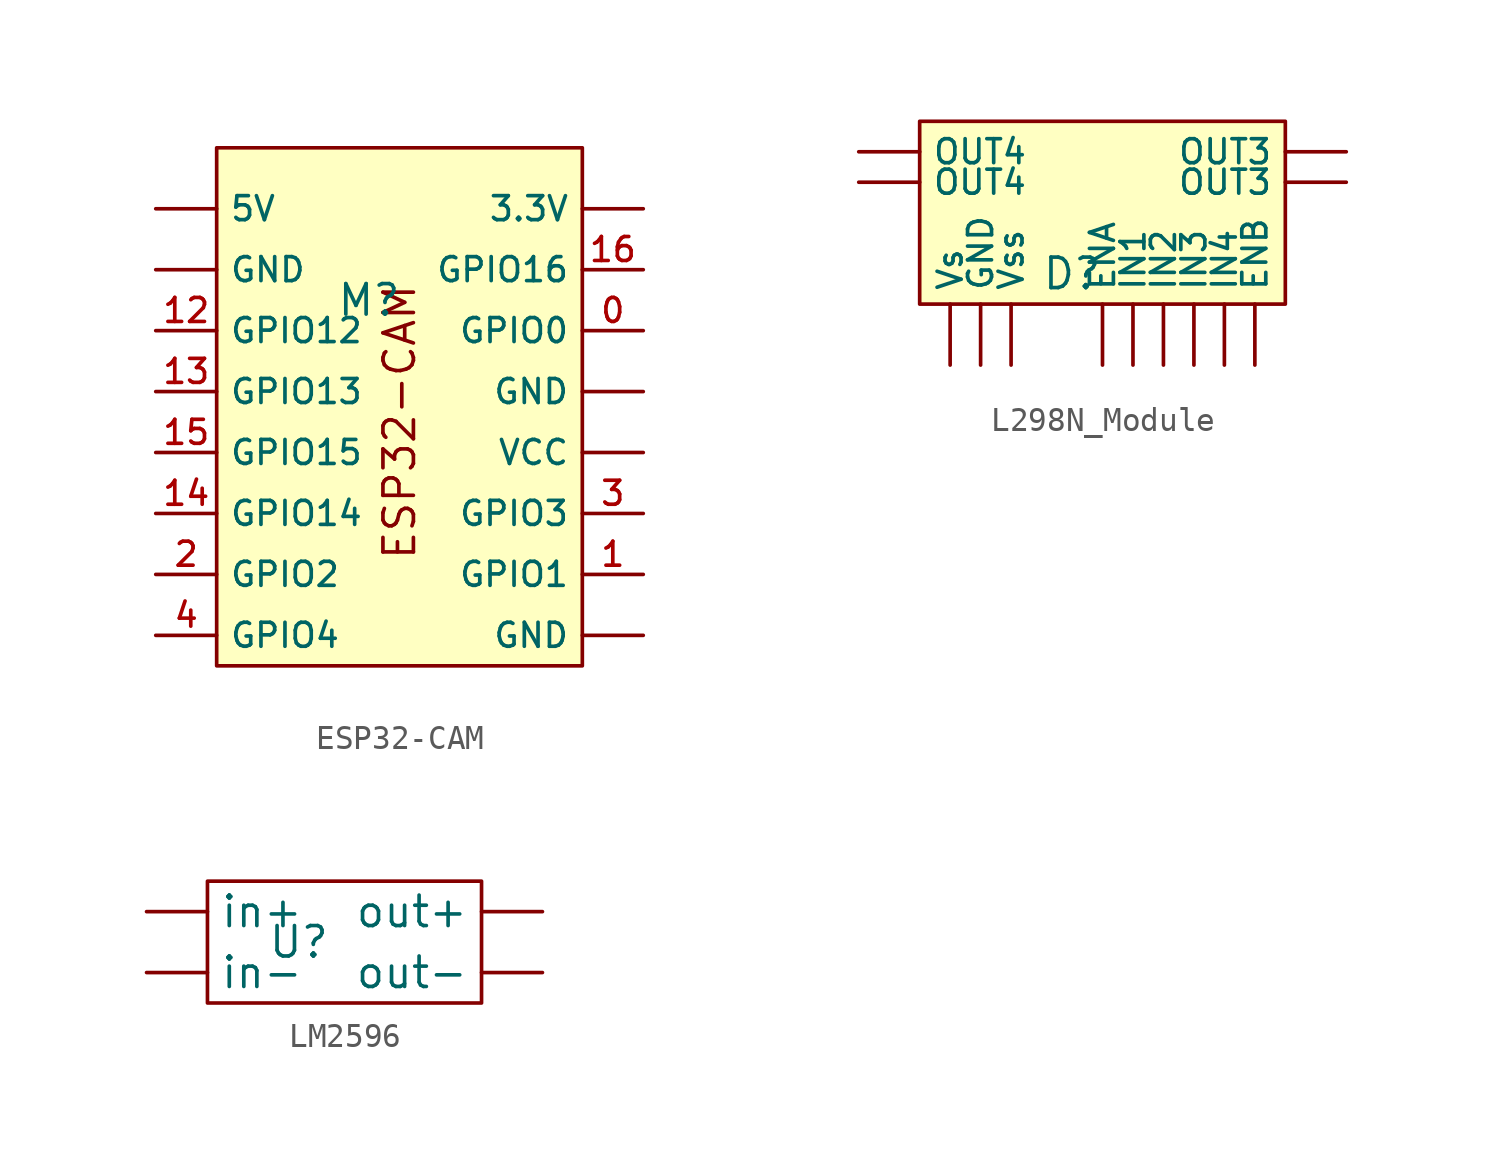
<source format=kicad_sym>
(kicad_symbol_lib
  (version 20220914)
  (generator kicad_symbol_editor)
  (symbol "ESP32-CAM"
    (property "Reference" "M"
      (at 0 0 0)
      (effects (font (size 1.27 1.27))))
    (property "Value" ""
      (at 0 0 0)
      (effects (font (size 1.27 1.27))))
    (symbol "ESP32-CAM_1_1"
      (rectangle (start -6.35 6.35) (end 8.89 -15.24) (stroke (width 0) (type default)) (fill (type background)))
      (text "ESP32-CAM\n" (at 1.27 -5.08 900) (effects (font (size 1.27 1.27))))
      (pin input line (at 11.43 3.81 180) (length 2.54) (name "3.3V" (effects (font (size 1 1)))) (number "" (effects (font (size 1 1)))))
      (pin input line (at -8.89 3.81 0) (length 2.54) (name "5V" (effects (font (size 1 1)))) (number "" (effects (font (size 1 1)))))
      (pin input line (at -8.89 1.27 0) (length 2.54) (name "GND" (effects (font (size 1 1)))) (number "" (effects (font (size 1 1)))))
      (pin input line (at 11.43 -13.97 180) (length 2.54) (name "GND" (effects (font (size 1 1)))) (number "" (effects (font (size 1 1)))))
      (pin input line (at 11.43 -3.81 180) (length 2.54) (name "GND" (effects (font (size 1 1)))) (number "" (effects (font (size 1 1)))))
      (pin input line (at 11.43 -6.35 180) (length 2.54) (name "VCC" (effects (font (size 1 1)))) (number "" (effects (font (size 1 1)))))
      (pin bidirectional line (at 11.43 -1.27 180) (length 2.54) (name "GPIO0" (effects (font (size 1 1)))) (number "0" (effects (font (size 1 1)))))
      (pin bidirectional line (at 11.43 -11.43 180) (length 2.54) (name "GPIO1" (effects (font (size 1 1)))) (number "1" (effects (font (size 1 1)))))
      (pin bidirectional line (at -8.89 -1.27 0) (length 2.54) (name "GPIO12" (effects (font (size 1 1)))) (number "12" (effects (font (size 1 1)))))
      (pin bidirectional line (at -8.89 -3.81 0) (length 2.54) (name "GPIO13" (effects (font (size 1 1)))) (number "13" (effects (font (size 1 1)))))
      (pin bidirectional line (at -8.89 -8.89 0) (length 2.54) (name "GPIO14" (effects (font (size 1 1)))) (number "14" (effects (font (size 1 1)))))
      (pin bidirectional line (at -8.89 -6.35 0) (length 2.54) (name "GPIO15" (effects (font (size 1 1)))) (number "15" (effects (font (size 1 1)))))
      (pin bidirectional line (at 11.43 1.27 180) (length 2.54) (name "GPIO16" (effects (font (size 1 1)))) (number "16" (effects (font (size 1 1)))))
      (pin bidirectional line (at -8.89 -11.43 0) (length 2.54) (name "GPIO2" (effects (font (size 1 1)))) (number "2" (effects (font (size 1 1)))))
      (pin bidirectional line (at 11.43 -8.89 180) (length 2.54) (name "GPIO3" (effects (font (size 1 1)))) (number "3" (effects (font (size 1 1)))))
      (pin bidirectional line (at -8.89 -13.97 0) (length 2.54) (name "GPIO4" (effects (font (size 1 1)))) (number "4" (effects (font (size 1 1)))))))
  (symbol "L298N_Module"
    (property "Reference" "D"
      (at 0 -3.81 0)
      (effects (font (size 1.27 1.27))))
    (property "Value" ""
      (at 0 0 0)
      (effects (font (size 1.27 1.27))))
    (symbol "L298N_Module_1_1"
      (rectangle (start -6.35 2.54) (end 8.89 -5.08) (stroke (width 0) (type default)) (fill (type background)))
      (pin input line (at 1.27 -7.62 90) (length 2.54) (name "ENA" (effects (font (size 1 1)))) (number "" (effects (font (size 1 1)))))
      (pin input line (at 7.62 -7.62 90) (length 2.54) (name "ENB" (effects (font (size 1 1)))) (number "" (effects (font (size 1 1)))))
      (pin input line (at -3.81 -7.62 90) (length 2.54) (name "GND" (effects (font (size 1 1)))) (number "" (effects (font (size 1 1)))))
      (pin input line (at 2.54 -7.62 90) (length 2.54) (name "IN1" (effects (font (size 1 1)))) (number "" (effects (font (size 1 1)))))
      (pin input line (at 3.81 -7.62 90) (length 2.54) (name "IN2" (effects (font (size 1 1)))) (number "" (effects (font (size 1 1)))))
      (pin input line (at 5.08 -7.62 90) (length 2.54) (name "IN3" (effects (font (size 1 1)))) (number "" (effects (font (size 1 1)))))
      (pin input line (at 6.35 -7.62 90) (length 2.54) (name "IN4" (effects (font (size 1 1)))) (number "" (effects (font (size 1 1)))))
      (pin output line (at 11.43 0 180) (length 2.54) (name "OUT3" (effects (font (size 1 1)))) (number "" (effects (font (size 1.27 1.27)))))
      (pin output line (at 11.43 1.27 180) (length 2.54) (name "OUT3" (effects (font (size 1 1)))) (number "" (effects (font (size 1 1)))))
      (pin output line (at -8.89 0 0) (length 2.54) (name "OUT4" (effects (font (size 1 1)))) (number "" (effects (font (size 1 1)))))
      (pin output line (at -8.89 1.27 0) (length 2.54) (name "OUT4" (effects (font (size 1 1)))) (number "" (effects (font (size 1 1)))))
      (pin input line (at -5.08 -7.62 90) (length 2.54) (name "Vs" (effects (font (size 1 1)))) (number "" (effects (font (size 1 1)))))
      (pin input line (at -2.54 -7.62 90) (length 2.54) (name "Vss" (effects (font (size 1 1)))) (number "" (effects (font (size 1 1)))))))
  (symbol "LM2596"
    (property "Reference" "U"
      (at 0 0 0)
      (effects (font (size 1.27 1.27))))
    (property "Value" ""
      (at 0 0 0)
      (effects (font (size 1.27 1.27))))
    (symbol "LM2596_0_1"
      (rectangle (start -3.81 2.54) (end 7.62 -2.54) (stroke (width 0) (type default)) (fill (type none))))
    (symbol "LM2596_1_1"
      (pin input line (at -6.35 1.27 0) (length 2.54) (name "in+" (effects (font (size 1.27 1.27)))) (number "" (effects (font (size 1.27 1.27)))))
      (pin input line (at -6.35 -1.27 0) (length 2.54) (name "in-" (effects (font (size 1.27 1.27)))) (number "" (effects (font (size 1.27 1.27)))))
      (pin output line (at 10.16 1.27 180) (length 2.54) (name "out+" (effects (font (size 1.27 1.27)))) (number "" (effects (font (size 1.27 1.27)))))
      (pin output line (at 10.16 -1.27 180) (length 2.54) (name "out-" (effects (font (size 1.27 1.27)))) (number "" (effects (font (size 1.27 1.27))))))))
</source>
